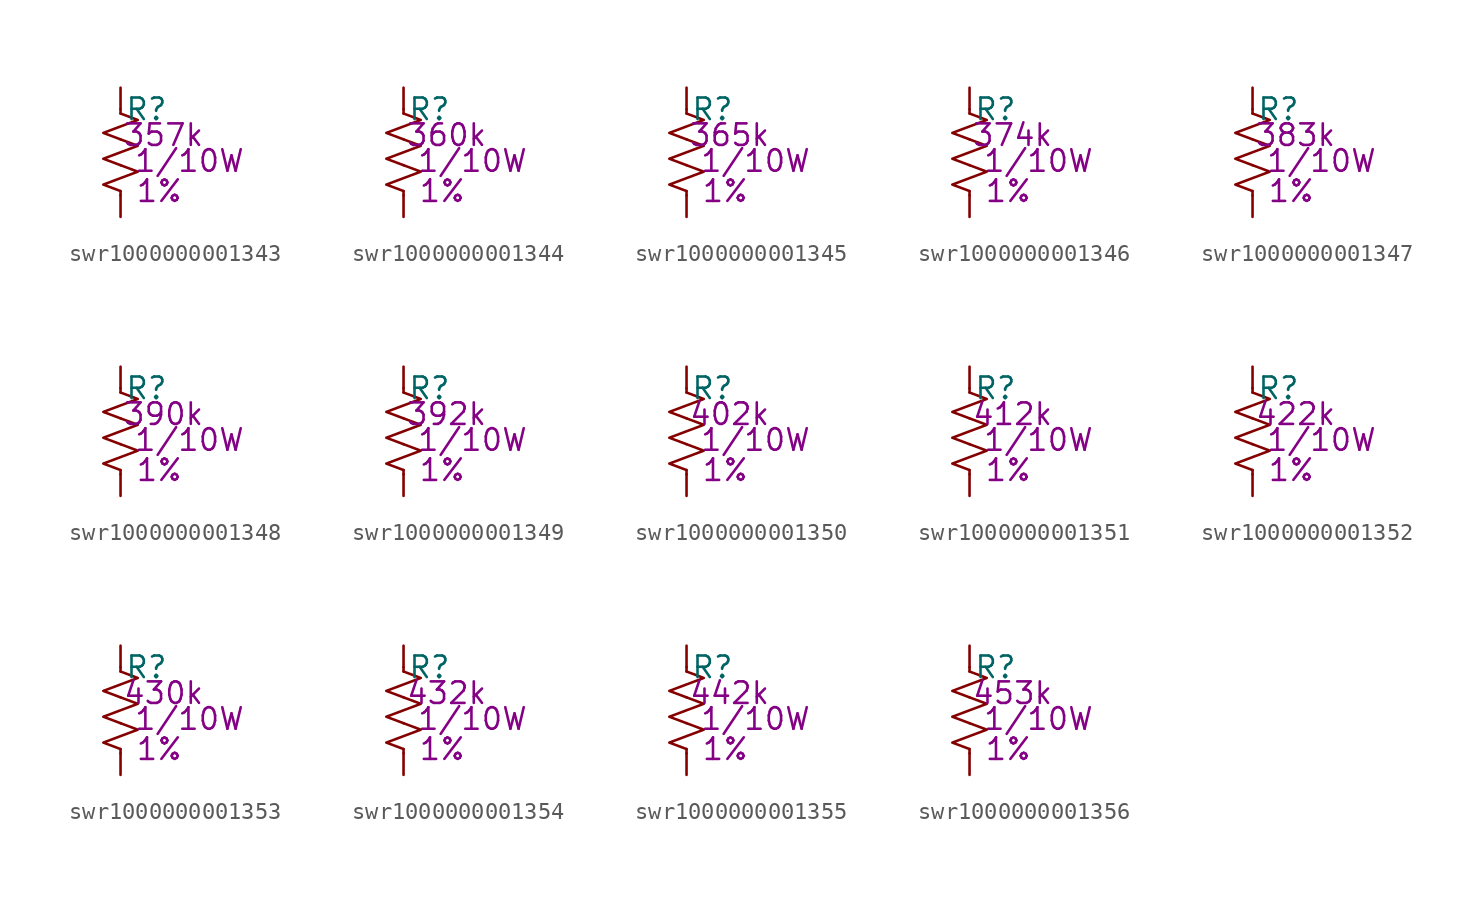
<source format=kicad_sym>
(kicad_symbol_lib
  (version 20211014)
  (generator kicad_symbol_editor)
  (symbol "swr1000000001343"
    (pin_numbers hide)
    (pin_names
      (offset 1.016))
    (property "Reference" "R"
      (at 1.524 2.54 0)
      (effects (font (size 1.27 1.27))))
    (property "PartValue" "357k"
      (at 2.54 1.016 0)
      (effects (font (size 1.27 1.27))))
    (property "Tolerance" "1%"
      (at 2.286 -2.286 0)
      (effects (font (size 1.27 1.27))))
    (property "Wattage" "1/10W"
      (at 4.064 -0.508 0)
      (effects (font (size 1.27 1.27))))
    (symbol "swr1000000001343_1_1"
      (polyline (pts (xy 0 -2.286) (xy 0 -2.54)) (stroke (width 0) (type default) (color 0 0 0 0)) (fill (type none)))
      (polyline (pts (xy 0 2.286) (xy 0 2.54)) (stroke (width 0) (type default) (color 0 0 0 0)) (fill (type none)))
      (polyline (pts (xy 0 -0.762) (xy 1.016 -1.143) (xy 0 -1.524) (xy -1.016 -1.905) (xy 0 -2.286)) (stroke (width 0) (type default) (color 0 0 0 0)) (fill (type none)))
      (polyline (pts (xy 0 0.762) (xy 1.016 0.381) (xy 0 0) (xy -1.016 -0.381) (xy 0 -0.762)) (stroke (width 0) (type default) (color 0 0 0 0)) (fill (type none)))
      (polyline (pts (xy 0 2.286) (xy 1.016 1.905) (xy 0 1.524) (xy -1.016 1.143) (xy 0 0.762)) (stroke (width 0) (type default) (color 0 0 0 0)) (fill (type none)))
      (pin passive line (at 0 3.81 270) (length 1.27) (name "~" (effects (font (size 1.27 1.27)))) (number "1" (effects (font (size 1.27 1.27)))))
      (pin passive line (at 0 -3.81 90) (length 1.27) (name "~" (effects (font (size 1.27 1.27)))) (number "2" (effects (font (size 1.27 1.27)))))))
  (symbol "swr1000000001344"
    (pin_numbers hide)
    (pin_names
      (offset 1.016))
    (property "Reference" "R"
      (at 1.524 2.54 0)
      (effects (font (size 1.27 1.27))))
    (property "PartValue" "360k"
      (at 2.54 1.016 0)
      (effects (font (size 1.27 1.27))))
    (property "Tolerance" "1%"
      (at 2.286 -2.286 0)
      (effects (font (size 1.27 1.27))))
    (property "Wattage" "1/10W"
      (at 4.064 -0.508 0)
      (effects (font (size 1.27 1.27))))
    (symbol "swr1000000001344_1_1"
      (polyline (pts (xy 0 -2.286) (xy 0 -2.54)) (stroke (width 0) (type default) (color 0 0 0 0)) (fill (type none)))
      (polyline (pts (xy 0 2.286) (xy 0 2.54)) (stroke (width 0) (type default) (color 0 0 0 0)) (fill (type none)))
      (polyline (pts (xy 0 -0.762) (xy 1.016 -1.143) (xy 0 -1.524) (xy -1.016 -1.905) (xy 0 -2.286)) (stroke (width 0) (type default) (color 0 0 0 0)) (fill (type none)))
      (polyline (pts (xy 0 0.762) (xy 1.016 0.381) (xy 0 0) (xy -1.016 -0.381) (xy 0 -0.762)) (stroke (width 0) (type default) (color 0 0 0 0)) (fill (type none)))
      (polyline (pts (xy 0 2.286) (xy 1.016 1.905) (xy 0 1.524) (xy -1.016 1.143) (xy 0 0.762)) (stroke (width 0) (type default) (color 0 0 0 0)) (fill (type none)))
      (pin passive line (at 0 3.81 270) (length 1.27) (name "~" (effects (font (size 1.27 1.27)))) (number "1" (effects (font (size 1.27 1.27)))))
      (pin passive line (at 0 -3.81 90) (length 1.27) (name "~" (effects (font (size 1.27 1.27)))) (number "2" (effects (font (size 1.27 1.27)))))))
  (symbol "swr1000000001345"
    (pin_numbers hide)
    (pin_names
      (offset 1.016))
    (property "Reference" "R"
      (at 1.524 2.54 0)
      (effects (font (size 1.27 1.27))))
    (property "PartValue" "365k"
      (at 2.54 1.016 0)
      (effects (font (size 1.27 1.27))))
    (property "Tolerance" "1%"
      (at 2.286 -2.286 0)
      (effects (font (size 1.27 1.27))))
    (property "Wattage" "1/10W"
      (at 4.064 -0.508 0)
      (effects (font (size 1.27 1.27))))
    (symbol "swr1000000001345_1_1"
      (polyline (pts (xy 0 -2.286) (xy 0 -2.54)) (stroke (width 0) (type default) (color 0 0 0 0)) (fill (type none)))
      (polyline (pts (xy 0 2.286) (xy 0 2.54)) (stroke (width 0) (type default) (color 0 0 0 0)) (fill (type none)))
      (polyline (pts (xy 0 -0.762) (xy 1.016 -1.143) (xy 0 -1.524) (xy -1.016 -1.905) (xy 0 -2.286)) (stroke (width 0) (type default) (color 0 0 0 0)) (fill (type none)))
      (polyline (pts (xy 0 0.762) (xy 1.016 0.381) (xy 0 0) (xy -1.016 -0.381) (xy 0 -0.762)) (stroke (width 0) (type default) (color 0 0 0 0)) (fill (type none)))
      (polyline (pts (xy 0 2.286) (xy 1.016 1.905) (xy 0 1.524) (xy -1.016 1.143) (xy 0 0.762)) (stroke (width 0) (type default) (color 0 0 0 0)) (fill (type none)))
      (pin passive line (at 0 3.81 270) (length 1.27) (name "~" (effects (font (size 1.27 1.27)))) (number "1" (effects (font (size 1.27 1.27)))))
      (pin passive line (at 0 -3.81 90) (length 1.27) (name "~" (effects (font (size 1.27 1.27)))) (number "2" (effects (font (size 1.27 1.27)))))))
  (symbol "swr1000000001346"
    (pin_numbers hide)
    (pin_names
      (offset 1.016))
    (property "Reference" "R"
      (at 1.524 2.54 0)
      (effects (font (size 1.27 1.27))))
    (property "PartValue" "374k"
      (at 2.54 1.016 0)
      (effects (font (size 1.27 1.27))))
    (property "Tolerance" "1%"
      (at 2.286 -2.286 0)
      (effects (font (size 1.27 1.27))))
    (property "Wattage" "1/10W"
      (at 4.064 -0.508 0)
      (effects (font (size 1.27 1.27))))
    (symbol "swr1000000001346_1_1"
      (polyline (pts (xy 0 -2.286) (xy 0 -2.54)) (stroke (width 0) (type default) (color 0 0 0 0)) (fill (type none)))
      (polyline (pts (xy 0 2.286) (xy 0 2.54)) (stroke (width 0) (type default) (color 0 0 0 0)) (fill (type none)))
      (polyline (pts (xy 0 -0.762) (xy 1.016 -1.143) (xy 0 -1.524) (xy -1.016 -1.905) (xy 0 -2.286)) (stroke (width 0) (type default) (color 0 0 0 0)) (fill (type none)))
      (polyline (pts (xy 0 0.762) (xy 1.016 0.381) (xy 0 0) (xy -1.016 -0.381) (xy 0 -0.762)) (stroke (width 0) (type default) (color 0 0 0 0)) (fill (type none)))
      (polyline (pts (xy 0 2.286) (xy 1.016 1.905) (xy 0 1.524) (xy -1.016 1.143) (xy 0 0.762)) (stroke (width 0) (type default) (color 0 0 0 0)) (fill (type none)))
      (pin passive line (at 0 3.81 270) (length 1.27) (name "~" (effects (font (size 1.27 1.27)))) (number "1" (effects (font (size 1.27 1.27)))))
      (pin passive line (at 0 -3.81 90) (length 1.27) (name "~" (effects (font (size 1.27 1.27)))) (number "2" (effects (font (size 1.27 1.27)))))))
  (symbol "swr1000000001347"
    (pin_numbers hide)
    (pin_names
      (offset 1.016))
    (property "Reference" "R"
      (at 1.524 2.54 0)
      (effects (font (size 1.27 1.27))))
    (property "PartValue" "383k"
      (at 2.54 1.016 0)
      (effects (font (size 1.27 1.27))))
    (property "Tolerance" "1%"
      (at 2.286 -2.286 0)
      (effects (font (size 1.27 1.27))))
    (property "Wattage" "1/10W"
      (at 4.064 -0.508 0)
      (effects (font (size 1.27 1.27))))
    (symbol "swr1000000001347_1_1"
      (polyline (pts (xy 0 -2.286) (xy 0 -2.54)) (stroke (width 0) (type default) (color 0 0 0 0)) (fill (type none)))
      (polyline (pts (xy 0 2.286) (xy 0 2.54)) (stroke (width 0) (type default) (color 0 0 0 0)) (fill (type none)))
      (polyline (pts (xy 0 -0.762) (xy 1.016 -1.143) (xy 0 -1.524) (xy -1.016 -1.905) (xy 0 -2.286)) (stroke (width 0) (type default) (color 0 0 0 0)) (fill (type none)))
      (polyline (pts (xy 0 0.762) (xy 1.016 0.381) (xy 0 0) (xy -1.016 -0.381) (xy 0 -0.762)) (stroke (width 0) (type default) (color 0 0 0 0)) (fill (type none)))
      (polyline (pts (xy 0 2.286) (xy 1.016 1.905) (xy 0 1.524) (xy -1.016 1.143) (xy 0 0.762)) (stroke (width 0) (type default) (color 0 0 0 0)) (fill (type none)))
      (pin passive line (at 0 3.81 270) (length 1.27) (name "~" (effects (font (size 1.27 1.27)))) (number "1" (effects (font (size 1.27 1.27)))))
      (pin passive line (at 0 -3.81 90) (length 1.27) (name "~" (effects (font (size 1.27 1.27)))) (number "2" (effects (font (size 1.27 1.27)))))))
  (symbol "swr1000000001348"
    (pin_numbers hide)
    (pin_names
      (offset 1.016))
    (property "Reference" "R"
      (at 1.524 2.54 0)
      (effects (font (size 1.27 1.27))))
    (property "PartValue" "390k"
      (at 2.54 1.016 0)
      (effects (font (size 1.27 1.27))))
    (property "Tolerance" "1%"
      (at 2.286 -2.286 0)
      (effects (font (size 1.27 1.27))))
    (property "Wattage" "1/10W"
      (at 4.064 -0.508 0)
      (effects (font (size 1.27 1.27))))
    (symbol "swr1000000001348_1_1"
      (polyline (pts (xy 0 -2.286) (xy 0 -2.54)) (stroke (width 0) (type default) (color 0 0 0 0)) (fill (type none)))
      (polyline (pts (xy 0 2.286) (xy 0 2.54)) (stroke (width 0) (type default) (color 0 0 0 0)) (fill (type none)))
      (polyline (pts (xy 0 -0.762) (xy 1.016 -1.143) (xy 0 -1.524) (xy -1.016 -1.905) (xy 0 -2.286)) (stroke (width 0) (type default) (color 0 0 0 0)) (fill (type none)))
      (polyline (pts (xy 0 0.762) (xy 1.016 0.381) (xy 0 0) (xy -1.016 -0.381) (xy 0 -0.762)) (stroke (width 0) (type default) (color 0 0 0 0)) (fill (type none)))
      (polyline (pts (xy 0 2.286) (xy 1.016 1.905) (xy 0 1.524) (xy -1.016 1.143) (xy 0 0.762)) (stroke (width 0) (type default) (color 0 0 0 0)) (fill (type none)))
      (pin passive line (at 0 3.81 270) (length 1.27) (name "~" (effects (font (size 1.27 1.27)))) (number "1" (effects (font (size 1.27 1.27)))))
      (pin passive line (at 0 -3.81 90) (length 1.27) (name "~" (effects (font (size 1.27 1.27)))) (number "2" (effects (font (size 1.27 1.27)))))))
  (symbol "swr1000000001349"
    (pin_numbers hide)
    (pin_names
      (offset 1.016))
    (property "Reference" "R"
      (at 1.524 2.54 0)
      (effects (font (size 1.27 1.27))))
    (property "PartValue" "392k"
      (at 2.54 1.016 0)
      (effects (font (size 1.27 1.27))))
    (property "Tolerance" "1%"
      (at 2.286 -2.286 0)
      (effects (font (size 1.27 1.27))))
    (property "Wattage" "1/10W"
      (at 4.064 -0.508 0)
      (effects (font (size 1.27 1.27))))
    (symbol "swr1000000001349_1_1"
      (polyline (pts (xy 0 -2.286) (xy 0 -2.54)) (stroke (width 0) (type default) (color 0 0 0 0)) (fill (type none)))
      (polyline (pts (xy 0 2.286) (xy 0 2.54)) (stroke (width 0) (type default) (color 0 0 0 0)) (fill (type none)))
      (polyline (pts (xy 0 -0.762) (xy 1.016 -1.143) (xy 0 -1.524) (xy -1.016 -1.905) (xy 0 -2.286)) (stroke (width 0) (type default) (color 0 0 0 0)) (fill (type none)))
      (polyline (pts (xy 0 0.762) (xy 1.016 0.381) (xy 0 0) (xy -1.016 -0.381) (xy 0 -0.762)) (stroke (width 0) (type default) (color 0 0 0 0)) (fill (type none)))
      (polyline (pts (xy 0 2.286) (xy 1.016 1.905) (xy 0 1.524) (xy -1.016 1.143) (xy 0 0.762)) (stroke (width 0) (type default) (color 0 0 0 0)) (fill (type none)))
      (pin passive line (at 0 3.81 270) (length 1.27) (name "~" (effects (font (size 1.27 1.27)))) (number "1" (effects (font (size 1.27 1.27)))))
      (pin passive line (at 0 -3.81 90) (length 1.27) (name "~" (effects (font (size 1.27 1.27)))) (number "2" (effects (font (size 1.27 1.27)))))))
  (symbol "swr1000000001350"
    (pin_numbers hide)
    (pin_names
      (offset 1.016))
    (property "Reference" "R"
      (at 1.524 2.54 0)
      (effects (font (size 1.27 1.27))))
    (property "PartValue" "402k"
      (at 2.54 1.016 0)
      (effects (font (size 1.27 1.27))))
    (property "Tolerance" "1%"
      (at 2.286 -2.286 0)
      (effects (font (size 1.27 1.27))))
    (property "Wattage" "1/10W"
      (at 4.064 -0.508 0)
      (effects (font (size 1.27 1.27))))
    (symbol "swr1000000001350_1_1"
      (polyline (pts (xy 0 -2.286) (xy 0 -2.54)) (stroke (width 0) (type default) (color 0 0 0 0)) (fill (type none)))
      (polyline (pts (xy 0 2.286) (xy 0 2.54)) (stroke (width 0) (type default) (color 0 0 0 0)) (fill (type none)))
      (polyline (pts (xy 0 -0.762) (xy 1.016 -1.143) (xy 0 -1.524) (xy -1.016 -1.905) (xy 0 -2.286)) (stroke (width 0) (type default) (color 0 0 0 0)) (fill (type none)))
      (polyline (pts (xy 0 0.762) (xy 1.016 0.381) (xy 0 0) (xy -1.016 -0.381) (xy 0 -0.762)) (stroke (width 0) (type default) (color 0 0 0 0)) (fill (type none)))
      (polyline (pts (xy 0 2.286) (xy 1.016 1.905) (xy 0 1.524) (xy -1.016 1.143) (xy 0 0.762)) (stroke (width 0) (type default) (color 0 0 0 0)) (fill (type none)))
      (pin passive line (at 0 3.81 270) (length 1.27) (name "~" (effects (font (size 1.27 1.27)))) (number "1" (effects (font (size 1.27 1.27)))))
      (pin passive line (at 0 -3.81 90) (length 1.27) (name "~" (effects (font (size 1.27 1.27)))) (number "2" (effects (font (size 1.27 1.27)))))))
  (symbol "swr1000000001351"
    (pin_numbers hide)
    (pin_names
      (offset 1.016))
    (property "Reference" "R"
      (at 1.524 2.54 0)
      (effects (font (size 1.27 1.27))))
    (property "PartValue" "412k"
      (at 2.54 1.016 0)
      (effects (font (size 1.27 1.27))))
    (property "Tolerance" "1%"
      (at 2.286 -2.286 0)
      (effects (font (size 1.27 1.27))))
    (property "Wattage" "1/10W"
      (at 4.064 -0.508 0)
      (effects (font (size 1.27 1.27))))
    (symbol "swr1000000001351_1_1"
      (polyline (pts (xy 0 -2.286) (xy 0 -2.54)) (stroke (width 0) (type default) (color 0 0 0 0)) (fill (type none)))
      (polyline (pts (xy 0 2.286) (xy 0 2.54)) (stroke (width 0) (type default) (color 0 0 0 0)) (fill (type none)))
      (polyline (pts (xy 0 -0.762) (xy 1.016 -1.143) (xy 0 -1.524) (xy -1.016 -1.905) (xy 0 -2.286)) (stroke (width 0) (type default) (color 0 0 0 0)) (fill (type none)))
      (polyline (pts (xy 0 0.762) (xy 1.016 0.381) (xy 0 0) (xy -1.016 -0.381) (xy 0 -0.762)) (stroke (width 0) (type default) (color 0 0 0 0)) (fill (type none)))
      (polyline (pts (xy 0 2.286) (xy 1.016 1.905) (xy 0 1.524) (xy -1.016 1.143) (xy 0 0.762)) (stroke (width 0) (type default) (color 0 0 0 0)) (fill (type none)))
      (pin passive line (at 0 3.81 270) (length 1.27) (name "~" (effects (font (size 1.27 1.27)))) (number "1" (effects (font (size 1.27 1.27)))))
      (pin passive line (at 0 -3.81 90) (length 1.27) (name "~" (effects (font (size 1.27 1.27)))) (number "2" (effects (font (size 1.27 1.27)))))))
  (symbol "swr1000000001352"
    (pin_numbers hide)
    (pin_names
      (offset 1.016))
    (property "Reference" "R"
      (at 1.524 2.54 0)
      (effects (font (size 1.27 1.27))))
    (property "PartValue" "422k"
      (at 2.54 1.016 0)
      (effects (font (size 1.27 1.27))))
    (property "Tolerance" "1%"
      (at 2.286 -2.286 0)
      (effects (font (size 1.27 1.27))))
    (property "Wattage" "1/10W"
      (at 4.064 -0.508 0)
      (effects (font (size 1.27 1.27))))
    (symbol "swr1000000001352_1_1"
      (polyline (pts (xy 0 -2.286) (xy 0 -2.54)) (stroke (width 0) (type default) (color 0 0 0 0)) (fill (type none)))
      (polyline (pts (xy 0 2.286) (xy 0 2.54)) (stroke (width 0) (type default) (color 0 0 0 0)) (fill (type none)))
      (polyline (pts (xy 0 -0.762) (xy 1.016 -1.143) (xy 0 -1.524) (xy -1.016 -1.905) (xy 0 -2.286)) (stroke (width 0) (type default) (color 0 0 0 0)) (fill (type none)))
      (polyline (pts (xy 0 0.762) (xy 1.016 0.381) (xy 0 0) (xy -1.016 -0.381) (xy 0 -0.762)) (stroke (width 0) (type default) (color 0 0 0 0)) (fill (type none)))
      (polyline (pts (xy 0 2.286) (xy 1.016 1.905) (xy 0 1.524) (xy -1.016 1.143) (xy 0 0.762)) (stroke (width 0) (type default) (color 0 0 0 0)) (fill (type none)))
      (pin passive line (at 0 3.81 270) (length 1.27) (name "~" (effects (font (size 1.27 1.27)))) (number "1" (effects (font (size 1.27 1.27)))))
      (pin passive line (at 0 -3.81 90) (length 1.27) (name "~" (effects (font (size 1.27 1.27)))) (number "2" (effects (font (size 1.27 1.27)))))))
  (symbol "swr1000000001353"
    (pin_numbers hide)
    (pin_names
      (offset 1.016))
    (property "Reference" "R"
      (at 1.524 2.54 0)
      (effects (font (size 1.27 1.27))))
    (property "PartValue" "430k"
      (at 2.54 1.016 0)
      (effects (font (size 1.27 1.27))))
    (property "Tolerance" "1%"
      (at 2.286 -2.286 0)
      (effects (font (size 1.27 1.27))))
    (property "Wattage" "1/10W"
      (at 4.064 -0.508 0)
      (effects (font (size 1.27 1.27))))
    (symbol "swr1000000001353_1_1"
      (polyline (pts (xy 0 -2.286) (xy 0 -2.54)) (stroke (width 0) (type default) (color 0 0 0 0)) (fill (type none)))
      (polyline (pts (xy 0 2.286) (xy 0 2.54)) (stroke (width 0) (type default) (color 0 0 0 0)) (fill (type none)))
      (polyline (pts (xy 0 -0.762) (xy 1.016 -1.143) (xy 0 -1.524) (xy -1.016 -1.905) (xy 0 -2.286)) (stroke (width 0) (type default) (color 0 0 0 0)) (fill (type none)))
      (polyline (pts (xy 0 0.762) (xy 1.016 0.381) (xy 0 0) (xy -1.016 -0.381) (xy 0 -0.762)) (stroke (width 0) (type default) (color 0 0 0 0)) (fill (type none)))
      (polyline (pts (xy 0 2.286) (xy 1.016 1.905) (xy 0 1.524) (xy -1.016 1.143) (xy 0 0.762)) (stroke (width 0) (type default) (color 0 0 0 0)) (fill (type none)))
      (pin passive line (at 0 3.81 270) (length 1.27) (name "~" (effects (font (size 1.27 1.27)))) (number "1" (effects (font (size 1.27 1.27)))))
      (pin passive line (at 0 -3.81 90) (length 1.27) (name "~" (effects (font (size 1.27 1.27)))) (number "2" (effects (font (size 1.27 1.27)))))))
  (symbol "swr1000000001354"
    (pin_numbers hide)
    (pin_names
      (offset 1.016))
    (property "Reference" "R"
      (at 1.524 2.54 0)
      (effects (font (size 1.27 1.27))))
    (property "PartValue" "432k"
      (at 2.54 1.016 0)
      (effects (font (size 1.27 1.27))))
    (property "Tolerance" "1%"
      (at 2.286 -2.286 0)
      (effects (font (size 1.27 1.27))))
    (property "Wattage" "1/10W"
      (at 4.064 -0.508 0)
      (effects (font (size 1.27 1.27))))
    (symbol "swr1000000001354_1_1"
      (polyline (pts (xy 0 -2.286) (xy 0 -2.54)) (stroke (width 0) (type default) (color 0 0 0 0)) (fill (type none)))
      (polyline (pts (xy 0 2.286) (xy 0 2.54)) (stroke (width 0) (type default) (color 0 0 0 0)) (fill (type none)))
      (polyline (pts (xy 0 -0.762) (xy 1.016 -1.143) (xy 0 -1.524) (xy -1.016 -1.905) (xy 0 -2.286)) (stroke (width 0) (type default) (color 0 0 0 0)) (fill (type none)))
      (polyline (pts (xy 0 0.762) (xy 1.016 0.381) (xy 0 0) (xy -1.016 -0.381) (xy 0 -0.762)) (stroke (width 0) (type default) (color 0 0 0 0)) (fill (type none)))
      (polyline (pts (xy 0 2.286) (xy 1.016 1.905) (xy 0 1.524) (xy -1.016 1.143) (xy 0 0.762)) (stroke (width 0) (type default) (color 0 0 0 0)) (fill (type none)))
      (pin passive line (at 0 3.81 270) (length 1.27) (name "~" (effects (font (size 1.27 1.27)))) (number "1" (effects (font (size 1.27 1.27)))))
      (pin passive line (at 0 -3.81 90) (length 1.27) (name "~" (effects (font (size 1.27 1.27)))) (number "2" (effects (font (size 1.27 1.27)))))))
  (symbol "swr1000000001355"
    (pin_numbers hide)
    (pin_names
      (offset 1.016))
    (property "Reference" "R"
      (at 1.524 2.54 0)
      (effects (font (size 1.27 1.27))))
    (property "PartValue" "442k"
      (at 2.54 1.016 0)
      (effects (font (size 1.27 1.27))))
    (property "Tolerance" "1%"
      (at 2.286 -2.286 0)
      (effects (font (size 1.27 1.27))))
    (property "Wattage" "1/10W"
      (at 4.064 -0.508 0)
      (effects (font (size 1.27 1.27))))
    (symbol "swr1000000001355_1_1"
      (polyline (pts (xy 0 -2.286) (xy 0 -2.54)) (stroke (width 0) (type default) (color 0 0 0 0)) (fill (type none)))
      (polyline (pts (xy 0 2.286) (xy 0 2.54)) (stroke (width 0) (type default) (color 0 0 0 0)) (fill (type none)))
      (polyline (pts (xy 0 -0.762) (xy 1.016 -1.143) (xy 0 -1.524) (xy -1.016 -1.905) (xy 0 -2.286)) (stroke (width 0) (type default) (color 0 0 0 0)) (fill (type none)))
      (polyline (pts (xy 0 0.762) (xy 1.016 0.381) (xy 0 0) (xy -1.016 -0.381) (xy 0 -0.762)) (stroke (width 0) (type default) (color 0 0 0 0)) (fill (type none)))
      (polyline (pts (xy 0 2.286) (xy 1.016 1.905) (xy 0 1.524) (xy -1.016 1.143) (xy 0 0.762)) (stroke (width 0) (type default) (color 0 0 0 0)) (fill (type none)))
      (pin passive line (at 0 3.81 270) (length 1.27) (name "~" (effects (font (size 1.27 1.27)))) (number "1" (effects (font (size 1.27 1.27)))))
      (pin passive line (at 0 -3.81 90) (length 1.27) (name "~" (effects (font (size 1.27 1.27)))) (number "2" (effects (font (size 1.27 1.27)))))))
  (symbol "swr1000000001356"
    (pin_numbers hide)
    (pin_names
      (offset 1.016))
    (property "Reference" "R"
      (at 1.524 2.54 0)
      (effects (font (size 1.27 1.27))))
    (property "PartValue" "453k"
      (at 2.54 1.016 0)
      (effects (font (size 1.27 1.27))))
    (property "Tolerance" "1%"
      (at 2.286 -2.286 0)
      (effects (font (size 1.27 1.27))))
    (property "Wattage" "1/10W"
      (at 4.064 -0.508 0)
      (effects (font (size 1.27 1.27))))
    (symbol "swr1000000001356_1_1"
      (polyline (pts (xy 0 -2.286) (xy 0 -2.54)) (stroke (width 0) (type default) (color 0 0 0 0)) (fill (type none)))
      (polyline (pts (xy 0 2.286) (xy 0 2.54)) (stroke (width 0) (type default) (color 0 0 0 0)) (fill (type none)))
      (polyline (pts (xy 0 -0.762) (xy 1.016 -1.143) (xy 0 -1.524) (xy -1.016 -1.905) (xy 0 -2.286)) (stroke (width 0) (type default) (color 0 0 0 0)) (fill (type none)))
      (polyline (pts (xy 0 0.762) (xy 1.016 0.381) (xy 0 0) (xy -1.016 -0.381) (xy 0 -0.762)) (stroke (width 0) (type default) (color 0 0 0 0)) (fill (type none)))
      (polyline (pts (xy 0 2.286) (xy 1.016 1.905) (xy 0 1.524) (xy -1.016 1.143) (xy 0 0.762)) (stroke (width 0) (type default) (color 0 0 0 0)) (fill (type none)))
      (pin passive line (at 0 3.81 270) (length 1.27) (name "~" (effects (font (size 1.27 1.27)))) (number "1" (effects (font (size 1.27 1.27)))))
      (pin passive line (at 0 -3.81 90) (length 1.27) (name "~" (effects (font (size 1.27 1.27)))) (number "2" (effects (font (size 1.27 1.27))))))))
</source>
